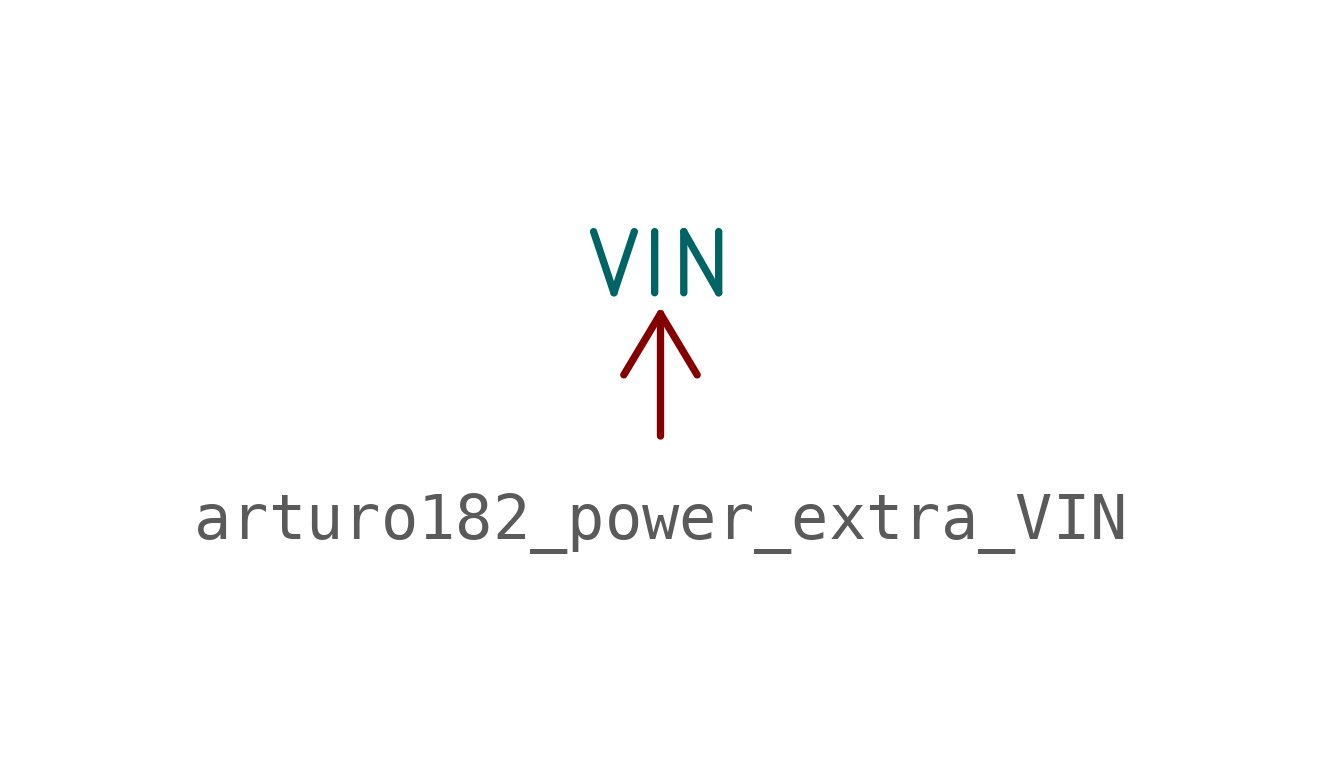
<source format=kicad_sym>
(kicad_symbol_lib
  (version 20220914)
  (generator kicad_symbol_editor)
  (symbol "power_extra:arturo182_power_extra_VIN"
    (power)
    (pin_names
      (offset 0))
    (property "Reference" "#PWR"
      (at 0 -3.81 0)
      (effects (font (size 1.27 1.27)) hide))
    (property "Value" "VIN"
      (at 0 3.556 0)
      (effects (font (size 1.27 1.27))))
    (symbol "arturo182_power_extra_VIN_0_1"
      (polyline (pts (xy -0.762 1.27) (xy 0 2.54)) (stroke (width 0)) (fill (type none)))
      (polyline (pts (xy 0 0) (xy 0 2.54)) (stroke (width 0)) (fill (type none)))
      (polyline (pts (xy 0 2.54) (xy 0.762 1.27)) (stroke (width 0)) (fill (type none))))
    (symbol "arturo182_power_extra_VIN_1_1"
      (pin power_in line (at 0 0 90) (length 0) hide (name "VIN" (effects (font (size 1.27 1.27)))) (number "1" (effects (font (size 1.27 1.27))))))))
</source>
